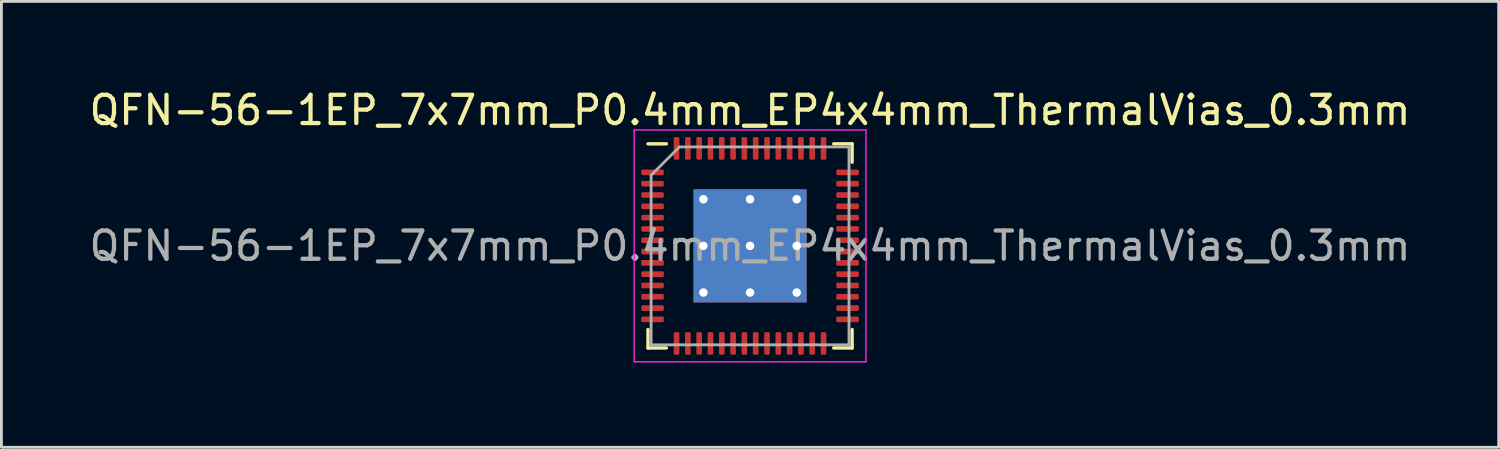
<source format=kicad_pcb>
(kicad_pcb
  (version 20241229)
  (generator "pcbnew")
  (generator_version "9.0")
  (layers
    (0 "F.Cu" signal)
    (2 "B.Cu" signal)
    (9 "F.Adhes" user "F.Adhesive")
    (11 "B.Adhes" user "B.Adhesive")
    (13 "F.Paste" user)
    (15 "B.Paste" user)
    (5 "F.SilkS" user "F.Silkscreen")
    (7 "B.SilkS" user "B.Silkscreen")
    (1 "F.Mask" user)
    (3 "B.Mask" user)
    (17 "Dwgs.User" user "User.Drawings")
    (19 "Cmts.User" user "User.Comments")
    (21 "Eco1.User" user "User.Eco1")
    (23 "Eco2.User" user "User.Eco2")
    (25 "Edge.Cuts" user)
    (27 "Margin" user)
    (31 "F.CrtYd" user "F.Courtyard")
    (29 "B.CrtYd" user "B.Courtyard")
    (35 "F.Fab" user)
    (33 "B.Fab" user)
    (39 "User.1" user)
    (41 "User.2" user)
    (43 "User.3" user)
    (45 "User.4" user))
  (footprint "QFN-56-1EP_7x7mm_P0.4mm_EP4x4mm_ThermalVias_0.3mm"
    (layer "F.Cu")
    (at 23.482 5.648)
    (property "Reference" "QFN-56-1EP_7x7mm_P0.4mm_EP4x4mm_ThermalVias_0.3mm" (at 0 -4.8 0) (layer "F.SilkS") (effects (font (size 1 1) (thickness 0.15))))
    (attr smd)
    (fp_line (start -3.61 3.61) (end -3.61 2.96) (stroke (width 0.12) (type solid)) (layer "F.SilkS"))
    (fp_line (start -2.96 -3.61) (end -3.61 -3.61) (stroke (width 0.12) (type solid)) (layer "F.SilkS"))
    (fp_line (start -2.96 3.61) (end -3.61 3.61) (stroke (width 0.12) (type solid)) (layer "F.SilkS"))
    (fp_line (start 2.96 -3.61) (end 3.61 -3.61) (stroke (width 0.12) (type solid)) (layer "F.SilkS"))
    (fp_line (start 2.96 3.61) (end 3.61 3.61) (stroke (width 0.12) (type solid)) (layer "F.SilkS"))
    (fp_line (start 3.61 -3.61) (end 3.61 -2.96) (stroke (width 0.12) (type solid)) (layer "F.SilkS"))
    (fp_line (start 3.61 3.61) (end 3.61 2.96) (stroke (width 0.12) (type solid)) (layer "F.SilkS"))
    (fp_line (start -4.1 -4.1) (end -4.1 4.1) (stroke (width 0.05) (type solid)) (layer "F.CrtYd"))
    (fp_line (start -4.1 4.1) (end 4.1 4.1) (stroke (width 0.05) (type solid)) (layer "F.CrtYd"))
    (fp_line (start 4.1 -4.1) (end -4.1 -4.1) (stroke (width 0.05) (type solid)) (layer "F.CrtYd"))
    (fp_line (start 4.1 4.1) (end 4.1 -4.1) (stroke (width 0.05) (type solid)) (layer "F.CrtYd"))
    (fp_line (start -3.5 -2.5) (end -2.5 -3.5) (stroke (width 0.1) (type solid)) (layer "F.Fab"))
    (fp_line (start -3.5 3.5) (end -3.5 -2.5) (stroke (width 0.1) (type solid)) (layer "F.Fab"))
    (fp_line (start -2.5 -3.5) (end 3.5 -3.5) (stroke (width 0.1) (type solid)) (layer "F.Fab"))
    (fp_line (start 3.5 -3.5) (end 3.5 3.5) (stroke (width 0.1) (type solid)) (layer "F.Fab"))
    (fp_line (start 3.5 3.5) (end -3.5 3.5) (stroke (width 0.1) (type solid)) (layer "F.Fab"))
    (fp_text user "${REFERENCE}" (at 0 0 0) (layer "F.Fab") (effects (font (size 1 1) (thickness 0.15))))
    (pad "" smd roundrect (at -0.875 -0.875) (size 1.549 1.549) (layers "F.Paste") (roundrect_rratio 0.161))
    (pad "" smd roundrect (at -0.875 0.875) (size 1.549 1.549) (layers "F.Paste") (roundrect_rratio 0.161))
    (pad "" smd roundrect (at 0.875 -0.875) (size 1.549 1.549) (layers "F.Paste") (roundrect_rratio 0.161))
    (pad "" smd roundrect (at 0.875 0.875) (size 1.549 1.549) (layers "F.Paste") (roundrect_rratio 0.161))
    (pad "1" smd roundrect (at -3.45 -2.6) (size 0.8 0.2) (layers "F.Cu" "F.Mask" "F.Paste") (roundrect_rratio 0.25))
    (pad "2" smd roundrect (at -3.45 -2.2) (size 0.8 0.2) (layers "F.Cu" "F.Mask" "F.Paste") (roundrect_rratio 0.25))
    (pad "3" smd roundrect (at -3.45 -1.8) (size 0.8 0.2) (layers "F.Cu" "F.Mask" "F.Paste") (roundrect_rratio 0.25))
    (pad "4" smd roundrect (at -3.45 -1.4) (size 0.8 0.2) (layers "F.Cu" "F.Mask" "F.Paste") (roundrect_rratio 0.25))
    (pad "5" smd roundrect (at -3.45 -1) (size 0.8 0.2) (layers "F.Cu" "F.Mask" "F.Paste") (roundrect_rratio 0.25))
    (pad "6" smd roundrect (at -3.45 -0.6) (size 0.8 0.2) (layers "F.Cu" "F.Mask" "F.Paste") (roundrect_rratio 0.25))
    (pad "7" smd roundrect (at -3.45 -0.2) (size 0.8 0.2) (layers "F.Cu" "F.Mask" "F.Paste") (roundrect_rratio 0.25))
    (pad "8" smd roundrect (at -3.45 0.2) (size 0.8 0.2) (layers "F.Cu" "F.Mask" "F.Paste") (roundrect_rratio 0.25))
    (pad "9" smd roundrect (at -3.45 0.6) (size 0.8 0.2) (layers "F.Cu" "F.Mask" "F.Paste") (roundrect_rratio 0.25))
    (pad "10" smd roundrect (at -3.45 1) (size 0.8 0.2) (layers "F.Cu" "F.Mask" "F.Paste") (roundrect_rratio 0.25))
    (pad "11" smd roundrect (at -3.45 1.4) (size 0.8 0.2) (layers "F.Cu" "F.Mask" "F.Paste") (roundrect_rratio 0.25))
    (pad "12" smd roundrect (at -3.45 1.8) (size 0.8 0.2) (layers "F.Cu" "F.Mask" "F.Paste") (roundrect_rratio 0.25))
    (pad "13" smd roundrect (at -3.45 2.2) (size 0.8 0.2) (layers "F.Cu" "F.Mask" "F.Paste") (roundrect_rratio 0.25))
    (pad "14" smd roundrect (at -3.45 2.6) (size 0.8 0.2) (layers "F.Cu" "F.Mask" "F.Paste") (roundrect_rratio 0.25))
    (pad "15" smd roundrect (at -2.6 3.45) (size 0.2 0.8) (layers "F.Cu" "F.Mask" "F.Paste") (roundrect_rratio 0.25))
    (pad "16" smd roundrect (at -2.2 3.45) (size 0.2 0.8) (layers "F.Cu" "F.Mask" "F.Paste") (roundrect_rratio 0.25))
    (pad "17" smd roundrect (at -1.8 3.45) (size 0.2 0.8) (layers "F.Cu" "F.Mask" "F.Paste") (roundrect_rratio 0.25))
    (pad "18" smd roundrect (at -1.4 3.45) (size 0.2 0.8) (layers "F.Cu" "F.Mask" "F.Paste") (roundrect_rratio 0.25))
    (pad "19" smd roundrect (at -1 3.45) (size 0.2 0.8) (layers "F.Cu" "F.Mask" "F.Paste") (roundrect_rratio 0.25))
    (pad "20" smd roundrect (at -0.6 3.45) (size 0.2 0.8) (layers "F.Cu" "F.Mask" "F.Paste") (roundrect_rratio 0.25))
    (pad "21" smd roundrect (at -0.2 3.45) (size 0.2 0.8) (layers "F.Cu" "F.Mask" "F.Paste") (roundrect_rratio 0.25))
    (pad "22" smd roundrect (at 0.2 3.45) (size 0.2 0.8) (layers "F.Cu" "F.Mask" "F.Paste") (roundrect_rratio 0.25))
    (pad "23" smd roundrect (at 0.6 3.45) (size 0.2 0.8) (layers "F.Cu" "F.Mask" "F.Paste") (roundrect_rratio 0.25))
    (pad "24" smd roundrect (at 1 3.45) (size 0.2 0.8) (layers "F.Cu" "F.Mask" "F.Paste") (roundrect_rratio 0.25))
    (pad "25" smd roundrect (at 1.4 3.45) (size 0.2 0.8) (layers "F.Cu" "F.Mask" "F.Paste") (roundrect_rratio 0.25))
    (pad "26" smd roundrect (at 1.8 3.45) (size 0.2 0.8) (layers "F.Cu" "F.Mask" "F.Paste") (roundrect_rratio 0.25))
    (pad "27" smd roundrect (at 2.2 3.45) (size 0.2 0.8) (layers "F.Cu" "F.Mask" "F.Paste") (roundrect_rratio 0.25))
    (pad "28" smd roundrect (at 2.6 3.45) (size 0.2 0.8) (layers "F.Cu" "F.Mask" "F.Paste") (roundrect_rratio 0.25))
    (pad "29" smd roundrect (at 3.45 2.6) (size 0.8 0.2) (layers "F.Cu" "F.Mask" "F.Paste") (roundrect_rratio 0.25))
    (pad "30" smd roundrect (at 3.45 2.2) (size 0.8 0.2) (layers "F.Cu" "F.Mask" "F.Paste") (roundrect_rratio 0.25))
    (pad "31" smd roundrect (at 3.45 1.8) (size 0.8 0.2) (layers "F.Cu" "F.Mask" "F.Paste") (roundrect_rratio 0.25))
    (pad "32" smd roundrect (at 3.45 1.4) (size 0.8 0.2) (layers "F.Cu" "F.Mask" "F.Paste") (roundrect_rratio 0.25))
    (pad "33" smd roundrect (at 3.45 1) (size 0.8 0.2) (layers "F.Cu" "F.Mask" "F.Paste") (roundrect_rratio 0.25))
    (pad "34" smd roundrect (at 3.45 0.6) (size 0.8 0.2) (layers "F.Cu" "F.Mask" "F.Paste") (roundrect_rratio 0.25))
    (pad "35" smd roundrect (at 3.45 0.2) (size 0.8 0.2) (layers "F.Cu" "F.Mask" "F.Paste") (roundrect_rratio 0.25))
    (pad "36" smd roundrect (at 3.45 -0.2) (size 0.8 0.2) (layers "F.Cu" "F.Mask" "F.Paste") (roundrect_rratio 0.25))
    (pad "37" smd roundrect (at 3.45 -0.6) (size 0.8 0.2) (layers "F.Cu" "F.Mask" "F.Paste") (roundrect_rratio 0.25))
    (pad "38" smd roundrect (at 3.45 -1) (size 0.8 0.2) (layers "F.Cu" "F.Mask" "F.Paste") (roundrect_rratio 0.25))
    (pad "39" smd roundrect (at 3.45 -1.4) (size 0.8 0.2) (layers "F.Cu" "F.Mask" "F.Paste") (roundrect_rratio 0.25))
    (pad "40" smd roundrect (at 3.45 -1.8) (size 0.8 0.2) (layers "F.Cu" "F.Mask" "F.Paste") (roundrect_rratio 0.25))
    (pad "41" smd roundrect (at 3.45 -2.2) (size 0.8 0.2) (layers "F.Cu" "F.Mask" "F.Paste") (roundrect_rratio 0.25))
    (pad "42" smd roundrect (at 3.45 -2.6) (size 0.8 0.2) (layers "F.Cu" "F.Mask" "F.Paste") (roundrect_rratio 0.25))
    (pad "43" smd roundrect (at 2.6 -3.45) (size 0.2 0.8) (layers "F.Cu" "F.Mask" "F.Paste") (roundrect_rratio 0.25))
    (pad "44" smd roundrect (at 2.2 -3.45) (size 0.2 0.8) (layers "F.Cu" "F.Mask" "F.Paste") (roundrect_rratio 0.25))
    (pad "45" smd roundrect (at 1.8 -3.45) (size 0.2 0.8) (layers "F.Cu" "F.Mask" "F.Paste") (roundrect_rratio 0.25))
    (pad "46" smd roundrect (at 1.4 -3.45) (size 0.2 0.8) (layers "F.Cu" "F.Mask" "F.Paste") (roundrect_rratio 0.25))
    (pad "47" smd roundrect (at 1 -3.45) (size 0.2 0.8) (layers "F.Cu" "F.Mask" "F.Paste") (roundrect_rratio 0.25))
    (pad "48" smd roundrect (at 0.6 -3.45) (size 0.2 0.8) (layers "F.Cu" "F.Mask" "F.Paste") (roundrect_rratio 0.25))
    (pad "49" smd roundrect (at 0.2 -3.45) (size 0.2 0.8) (layers "F.Cu" "F.Mask" "F.Paste") (roundrect_rratio 0.25))
    (pad "50" smd roundrect (at -0.2 -3.45) (size 0.2 0.8) (layers "F.Cu" "F.Mask" "F.Paste") (roundrect_rratio 0.25))
    (pad "51" smd roundrect (at -0.6 -3.45) (size 0.2 0.8) (layers "F.Cu" "F.Mask" "F.Paste") (roundrect_rratio 0.25))
    (pad "52" smd roundrect (at -1 -3.45) (size 0.2 0.8) (layers "F.Cu" "F.Mask" "F.Paste") (roundrect_rratio 0.25))
    (pad "53" smd roundrect (at -1.4 -3.45) (size 0.2 0.8) (layers "F.Cu" "F.Mask" "F.Paste") (roundrect_rratio 0.25))
    (pad "54" smd roundrect (at -1.8 -3.45) (size 0.2 0.8) (layers "F.Cu" "F.Mask" "F.Paste") (roundrect_rratio 0.25))
    (pad "55" smd roundrect (at -2.2 -3.45) (size 0.2 0.8) (layers "F.Cu" "F.Mask" "F.Paste") (roundrect_rratio 0.25))
    (pad "56" smd roundrect (at -2.6 -3.45) (size 0.2 0.8) (layers "F.Cu" "F.Mask" "F.Paste") (roundrect_rratio 0.25))
    (pad "57" thru_hole circle (at -1.65 -1.65) (size 0.5 0.5) (drill 0.3) (layers "*.Cu"))
    (pad "57" thru_hole circle (at -1.65 0) (size 0.5 0.5) (drill 0.3) (layers "*.Cu"))
    (pad "57" thru_hole circle (at -1.65 1.65) (size 0.5 0.5) (drill 0.3) (layers "*.Cu"))
    (pad "57" thru_hole circle (at 0 -1.65) (size 0.5 0.5) (drill 0.3) (layers "*.Cu"))
    (pad "57" thru_hole circle (at 0 0) (size 0.5 0.5) (drill 0.3) (layers "*.Cu"))
    (pad "57" smd rect (at 0 0) (size 4 4) (layers "F.Cu" "F.Mask"))
    (pad "57" smd rect (at 0 0) (size 4 4) (layers "B.Cu"))
    (pad "57" thru_hole circle (at 0 1.65) (size 0.5 0.5) (drill 0.3) (layers "*.Cu"))
    (pad "57" thru_hole circle (at 1.65 -1.65) (size 0.5 0.5) (drill 0.3) (layers "*.Cu"))
    (pad "57" thru_hole circle (at 1.65 0) (size 0.5 0.5) (drill 0.3) (layers "*.Cu"))
    (pad "57" thru_hole circle (at 1.65 1.65) (size 0.5 0.5) (drill 0.3) (layers "*.Cu")))
  (gr_rect
    (start -3 -3)
    (end 49.964 12.773)
    (stroke (width 0.1) (type default))
    (fill no)
    (layer "Edge.Cuts")))
</source>
